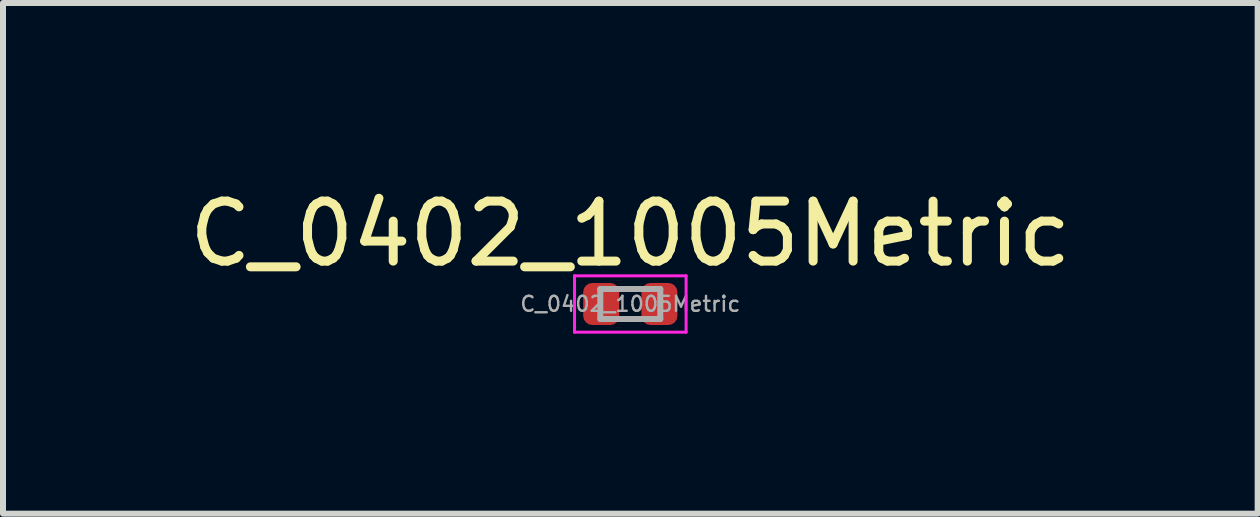
<source format=kicad_pcb>
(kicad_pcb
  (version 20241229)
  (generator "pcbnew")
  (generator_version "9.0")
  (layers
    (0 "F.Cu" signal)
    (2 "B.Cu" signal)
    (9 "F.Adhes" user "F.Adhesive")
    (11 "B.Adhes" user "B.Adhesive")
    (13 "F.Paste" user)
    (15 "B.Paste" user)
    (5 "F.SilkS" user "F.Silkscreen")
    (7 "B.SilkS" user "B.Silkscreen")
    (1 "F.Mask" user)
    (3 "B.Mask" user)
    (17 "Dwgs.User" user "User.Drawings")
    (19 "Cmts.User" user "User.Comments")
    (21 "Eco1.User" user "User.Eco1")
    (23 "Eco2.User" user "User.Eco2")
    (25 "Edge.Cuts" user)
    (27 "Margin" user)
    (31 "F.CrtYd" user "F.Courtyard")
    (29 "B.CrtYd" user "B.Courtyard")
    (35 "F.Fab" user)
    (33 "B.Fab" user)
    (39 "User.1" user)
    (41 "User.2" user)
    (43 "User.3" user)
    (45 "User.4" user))
  (footprint "C_0402_1005Metric"
    (layer "F.Cu")
    (at 7.458 2.018)
    (property "Reference" "C_0402_1005Metric" (at 0 -1.17 0) (layer "F.SilkS") (effects (font (size 1 1) (thickness 0.15))))
    (attr smd)
    (fp_line (start -0.93 -0.47) (end 0.93 -0.47) (stroke (width 0.05) (type solid)) (layer "F.CrtYd"))
    (fp_line (start -0.93 0.47) (end -0.93 -0.47) (stroke (width 0.05) (type solid)) (layer "F.CrtYd"))
    (fp_line (start 0.93 -0.47) (end 0.93 0.47) (stroke (width 0.05) (type solid)) (layer "F.CrtYd"))
    (fp_line (start 0.93 0.47) (end -0.93 0.47) (stroke (width 0.05) (type solid)) (layer "F.CrtYd"))
    (fp_line (start -0.5 -0.25) (end 0.5 -0.25) (stroke (width 0.1) (type solid)) (layer "F.Fab"))
    (fp_line (start -0.5 0.25) (end -0.5 -0.25) (stroke (width 0.1) (type solid)) (layer "F.Fab"))
    (fp_line (start 0.5 -0.25) (end 0.5 0.25) (stroke (width 0.1) (type solid)) (layer "F.Fab"))
    (fp_line (start 0.5 0.25) (end -0.5 0.25) (stroke (width 0.1) (type solid)) (layer "F.Fab"))
    (fp_text user "${REFERENCE}" (at 0 0 0) (layer "F.Fab") (effects (font (size 0.25 0.25) (thickness 0.04))))
    (pad "1" smd roundrect (at -0.485 0) (size 0.6 0.7) (layers "F.Cu" "F.Mask" "F.Paste") (roundrect_rratio 0.25))
    (pad "2" smd roundrect (at 0.485 0) (size 0.6 0.7) (layers "F.Cu" "F.Mask" "F.Paste") (roundrect_rratio 0.25)))
  (gr_rect
    (start -3 -3)
    (end 17.917 5.513)
    (stroke (width 0.1) (type default))
    (fill no)
    (layer "Edge.Cuts")))
</source>
